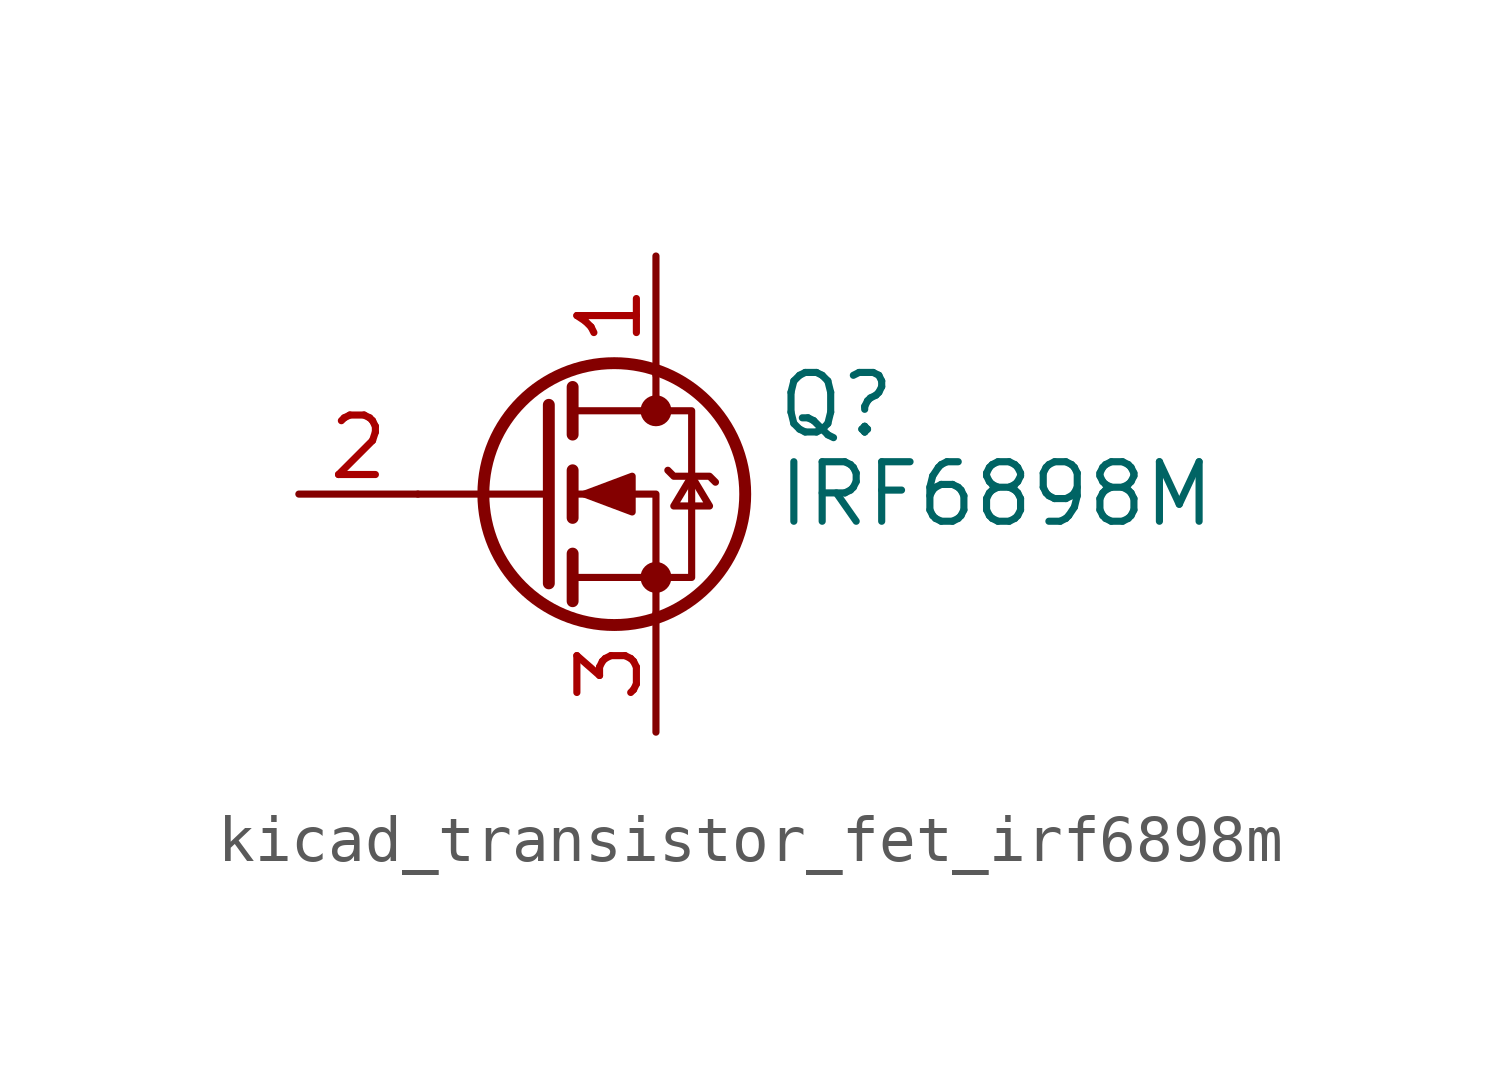
<source format=kicad_sym>
(kicad_symbol_lib
  (version 20220914)
  (generator kicad_symbol_editor)
  (symbol "kicad_transistor_fet_irf6898m"
    (pin_names hide)
    (property "Reference" "Q"
      (at 5.08 1.905 0)
      (effects (font (size 1.27 1.27)) (justify left)))
    (property "Value" "IRF6898M"
      (at 5.08 0 0)
      (effects (font (size 1.27 1.27)) (justify left)))
    (symbol "kicad_transistor_fet_irf6898m_0_1"
      (polyline (pts (xy 0.254 0) (xy -2.54 0)) (stroke (width 0) (type default)) (fill (type none)))
      (polyline (pts (xy 0.254 1.905) (xy 0.254 -1.905)) (stroke (width 0.254) (type default)) (fill (type none)))
      (polyline (pts (xy 0.762 -1.27) (xy 0.762 -2.286)) (stroke (width 0.254) (type default)) (fill (type none)))
      (polyline (pts (xy 0.762 0.508) (xy 0.762 -0.508)) (stroke (width 0.254) (type default)) (fill (type none)))
      (polyline (pts (xy 0.762 2.286) (xy 0.762 1.27)) (stroke (width 0.254) (type default)) (fill (type none)))
      (polyline (pts (xy 2.54 2.54) (xy 2.54 1.778)) (stroke (width 0) (type default)) (fill (type none)))
      (polyline (pts (xy 2.54 -2.54) (xy 2.54 0) (xy 0.762 0)) (stroke (width 0) (type default)) (fill (type none)))
      (polyline (pts (xy 0.762 -1.778) (xy 3.302 -1.778) (xy 3.302 1.778) (xy 0.762 1.778)) (stroke (width 0) (type default)) (fill (type none)))
      (polyline (pts (xy 1.016 0) (xy 2.032 0.381) (xy 2.032 -0.381) (xy 1.016 0)) (stroke (width 0) (type default)) (fill (type outline)))
      (polyline (pts (xy 2.794 0.508) (xy 2.921 0.381) (xy 3.683 0.381) (xy 3.81 0.254)) (stroke (width 0) (type default)) (fill (type none)))
      (polyline (pts (xy 3.302 0.381) (xy 2.921 -0.254) (xy 3.683 -0.254) (xy 3.302 0.381)) (stroke (width 0) (type default)) (fill (type none)))
      (circle (center 1.651 0) (radius 2.794) (stroke (width 0.254) (type default)) (fill (type none)))
      (circle (center 2.54 -1.778) (radius 0.254) (stroke (width 0) (type default)) (fill (type outline)))
      (circle (center 2.54 1.778) (radius 0.254) (stroke (width 0) (type default)) (fill (type outline))))
    (symbol "kicad_transistor_fet_irf6898m_1_1"
      (pin passive line (at 2.54 5.08 270) (length 2.54) (name "D" (effects (font (size 1.27 1.27)))) (number "1" (effects (font (size 1.27 1.27)))))
      (pin input line (at -5.08 0 0) (length 2.54) (name "G" (effects (font (size 1.27 1.27)))) (number "2" (effects (font (size 1.27 1.27)))))
      (pin passive line (at 2.54 -5.08 90) (length 2.54) (name "S" (effects (font (size 1.27 1.27)))) (number "3" (effects (font (size 1.27 1.27))))))))
</source>
